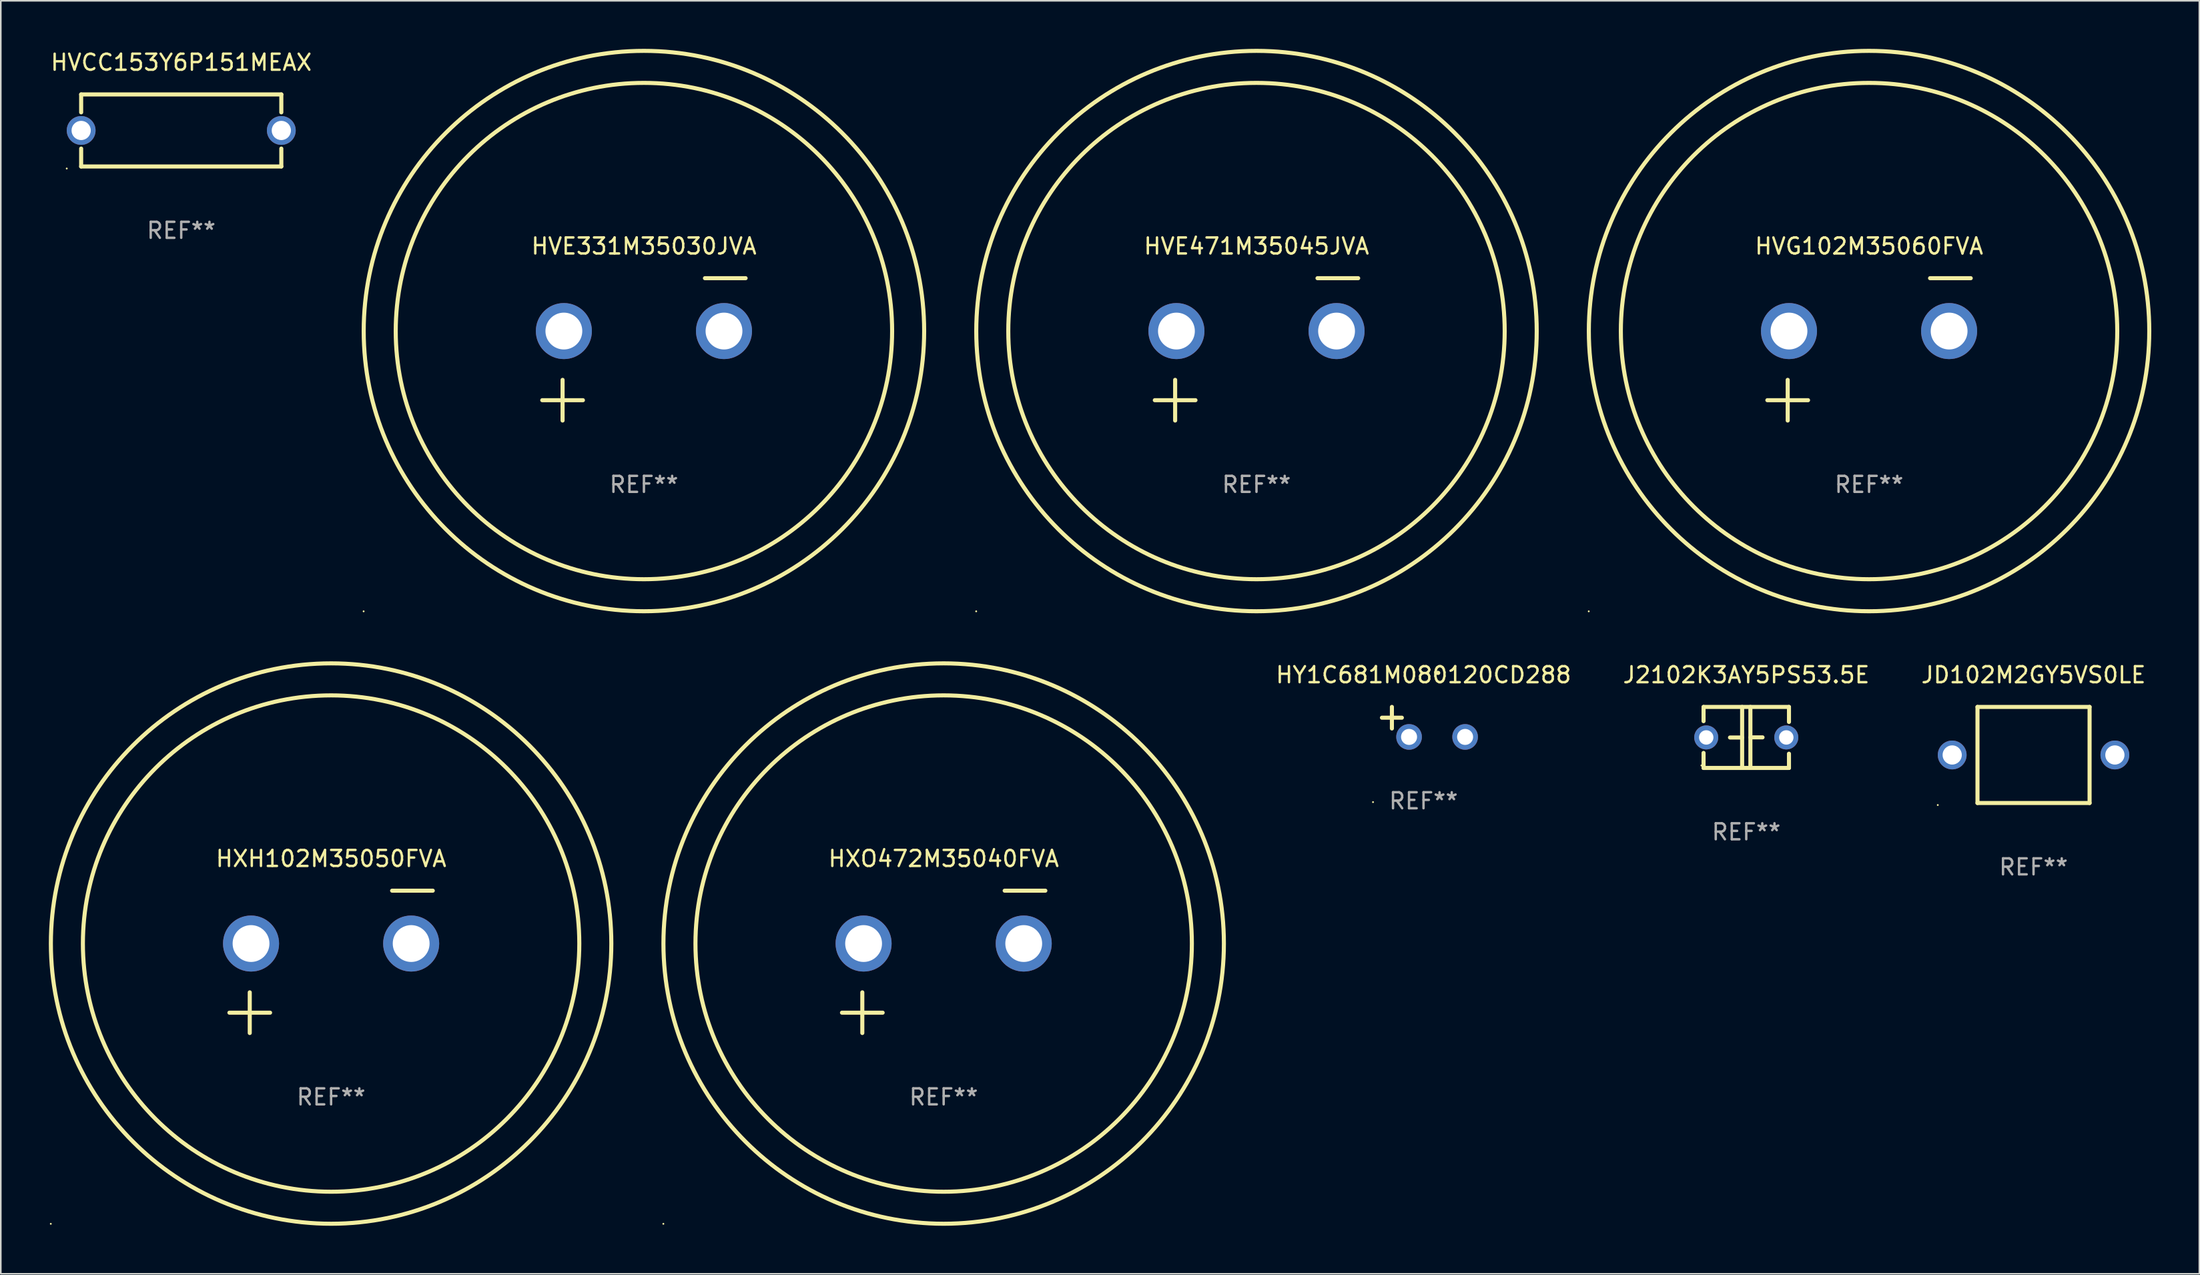
<source format=kicad_pcb>
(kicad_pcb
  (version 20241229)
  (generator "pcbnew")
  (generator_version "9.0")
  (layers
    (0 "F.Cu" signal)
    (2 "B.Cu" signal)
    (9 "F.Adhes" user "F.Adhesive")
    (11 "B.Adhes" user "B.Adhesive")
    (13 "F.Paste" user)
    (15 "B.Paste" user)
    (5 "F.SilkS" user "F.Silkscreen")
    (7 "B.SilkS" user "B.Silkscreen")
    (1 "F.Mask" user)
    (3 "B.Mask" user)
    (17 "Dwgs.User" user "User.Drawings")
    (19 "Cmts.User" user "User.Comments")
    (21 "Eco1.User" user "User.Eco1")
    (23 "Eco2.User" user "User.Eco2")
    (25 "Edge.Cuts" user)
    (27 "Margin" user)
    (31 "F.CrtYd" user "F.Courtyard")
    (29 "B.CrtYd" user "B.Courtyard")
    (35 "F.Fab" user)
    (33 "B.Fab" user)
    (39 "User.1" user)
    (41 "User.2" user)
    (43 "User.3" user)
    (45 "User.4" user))
  (footprint "HVG102M35060FVA"
    (layer "F.Cu")
    (at 113.671 18.77)
    (property "Reference" "HVG102M35060FVA" (at 0 -6.445 0) (layer "F.SilkS") (effects (font (size 1 1) (thickness 0.15))))
    (attr through_hole)
    (fp_line (start -6.35 3.175) (end -3.81 3.175) (stroke (width 0.254) (type solid)) (layer "F.SilkS"))
    (fp_line (start -5.08 1.905) (end -5.08 4.445) (stroke (width 0.254) (type solid)) (layer "F.SilkS"))
    (fp_line (start 3.81 -4.445) (end 6.35 -4.445) (stroke (width 0.254) (type solid)) (layer "F.SilkS"))
    (fp_circle (center -17.505 16.362) (end -17.475 16.362) (stroke (width 0.06) (type solid)) (fill no) (layer "F.SilkS"))
    (fp_circle (center 0 -1.143) (end 15.5 -1.143) (stroke (width 0.254) (type solid)) (fill no) (layer "F.SilkS"))
    (fp_circle (center 0 -1.143) (end 17.5 -1.143) (stroke (width 0.254) (type solid)) (fill no) (layer "F.SilkS"))
    (fp_text user "REF**" (at 0 8.445 0) (layer "F.Fab") (effects (font (size 1 1) (thickness 0.15))))
    (pad "1" thru_hole circle (at -5 -1.143) (size 3.5 3.5) (drill 2.3) (layers "*.Cu" "*.Mask"))
    (pad "2" thru_hole circle (at 5 -1.143) (size 3.5 3.5) (drill 2.3) (layers "*.Cu" "*.Mask")))
  (footprint "HVCC153Y6P151MEAX"
    (layer "F.Cu")
    (at 8.268 5.098)
    (property "Reference" "HVCC153Y6P151MEAX" (at 0 -4.25 0) (layer "F.SilkS") (effects (font (size 1 1) (thickness 0.15))))
    (attr through_hole)
    (fp_line (start -6.25 -2.25) (end -6.25 -1.131) (stroke (width 0.254) (type solid)) (layer "F.SilkS"))
    (fp_line (start -6.25 -2.25) (end 6.25 -2.25) (stroke (width 0.254) (type solid)) (layer "F.SilkS"))
    (fp_line (start -6.25 1.131) (end -6.25 2.25) (stroke (width 0.254) (type solid)) (layer "F.SilkS"))
    (fp_line (start 6.25 -2.25) (end 6.25 -1.131) (stroke (width 0.254) (type solid)) (layer "F.SilkS"))
    (fp_line (start 6.25 1.131) (end 6.25 2.25) (stroke (width 0.254) (type solid)) (layer "F.SilkS"))
    (fp_line (start 6.25 2.25) (end -6.25 2.25) (stroke (width 0.254) (type solid)) (layer "F.SilkS"))
    (fp_circle (center -7.15 2.377) (end -7.12 2.377) (stroke (width 0.06) (type solid)) (fill no) (layer "F.SilkS"))
    (fp_text user "REF**" (at 0 6.25 0) (layer "F.Fab") (effects (font (size 1 1) (thickness 0.15))))
    (pad "1" thru_hole circle (at -6.25 0) (size 1.8 1.8) (drill 1.2) (layers "*.Cu" "*.Mask"))
    (pad "2" thru_hole circle (at 6.25 0) (size 1.8 1.8) (drill 1.2) (layers "*.Cu" "*.Mask")))
  (footprint "HXH102M35050FVA"
    (layer "F.Cu")
    (at 17.627 57.024)
    (property "Reference" "HXH102M35050FVA" (at 0 -6.445 0) (layer "F.SilkS") (effects (font (size 1 1) (thickness 0.15))))
    (attr through_hole)
    (fp_line (start -6.35 3.175) (end -3.81 3.175) (stroke (width 0.254) (type solid)) (layer "F.SilkS"))
    (fp_line (start -5.08 1.905) (end -5.08 4.445) (stroke (width 0.254) (type solid)) (layer "F.SilkS"))
    (fp_line (start 3.81 -4.445) (end 6.35 -4.445) (stroke (width 0.254) (type solid)) (layer "F.SilkS"))
    (fp_circle (center -17.505 16.362) (end -17.475 16.362) (stroke (width 0.06) (type solid)) (fill no) (layer "F.SilkS"))
    (fp_circle (center 0 -1.143) (end 15.5 -1.143) (stroke (width 0.254) (type solid)) (fill no) (layer "F.SilkS"))
    (fp_circle (center 0 -1.143) (end 17.5 -1.143) (stroke (width 0.254) (type solid)) (fill no) (layer "F.SilkS"))
    (fp_text user "REF**" (at 0 8.445 0) (layer "F.Fab") (effects (font (size 1 1) (thickness 0.15))))
    (pad "1" thru_hole circle (at -5 -1.143) (size 3.5 3.5) (drill 2.3) (layers "*.Cu" "*.Mask"))
    (pad "2" thru_hole circle (at 5 -1.143) (size 3.5 3.5) (drill 2.3) (layers "*.Cu" "*.Mask")))
  (footprint "HVE471M35045JVA"
    (layer "F.Cu")
    (at 75.417 18.77)
    (property "Reference" "HVE471M35045JVA" (at 0 -6.445 0) (layer "F.SilkS") (effects (font (size 1 1) (thickness 0.15))))
    (attr through_hole)
    (fp_line (start -6.35 3.175) (end -3.81 3.175) (stroke (width 0.254) (type solid)) (layer "F.SilkS"))
    (fp_line (start -5.08 1.905) (end -5.08 4.445) (stroke (width 0.254) (type solid)) (layer "F.SilkS"))
    (fp_line (start 3.81 -4.445) (end 6.35 -4.445) (stroke (width 0.254) (type solid)) (layer "F.SilkS"))
    (fp_circle (center -17.505 16.362) (end -17.475 16.362) (stroke (width 0.06) (type solid)) (fill no) (layer "F.SilkS"))
    (fp_circle (center 0 -1.143) (end 15.5 -1.143) (stroke (width 0.254) (type solid)) (fill no) (layer "F.SilkS"))
    (fp_circle (center 0 -1.143) (end 17.5 -1.143) (stroke (width 0.254) (type solid)) (fill no) (layer "F.SilkS"))
    (fp_text user "REF**" (at 0 8.445 0) (layer "F.Fab") (effects (font (size 1 1) (thickness 0.15))))
    (pad "1" thru_hole circle (at -5 -1.143) (size 3.5 3.5) (drill 2.3) (layers "*.Cu" "*.Mask"))
    (pad "2" thru_hole circle (at 5 -1.143) (size 3.5 3.5) (drill 2.3) (layers "*.Cu" "*.Mask")))
  (footprint "J2102K3AY5PS53.5E"
    (layer "F.Cu")
    (at 106.003 43.008)
    (property "Reference" "J2102K3AY5PS53.5E" (at 0 -3.905 0) (layer "F.SilkS") (effects (font (size 1 1) (thickness 0.15))))
    (attr through_hole)
    (fp_line (start -2.667 -1.905) (end -2.667 -1.016) (stroke (width 0.254) (type solid)) (layer "F.SilkS"))
    (fp_line (start -2.667 0.967) (end -2.667 1.905) (stroke (width 0.254) (type solid)) (layer "F.SilkS"))
    (fp_line (start -2.667 1.905) (end 2.667 1.905) (stroke (width 0.254) (type solid)) (layer "F.SilkS"))
    (fp_line (start -0.258 0.005) (end -1.016 0.005) (stroke (width 0.254) (type solid)) (layer "F.SilkS"))
    (fp_line (start -0.258 1.905) (end -0.258 -1.905) (stroke (width 0.254) (type solid)) (layer "F.SilkS"))
    (fp_line (start 0.258 -1.905) (end 0.258 1.905) (stroke (width 0.254) (type solid)) (layer "F.SilkS"))
    (fp_line (start 0.258 -0.005) (end 1.016 -0.005) (stroke (width 0.254) (type solid)) (layer "F.SilkS"))
    (fp_line (start 2.667 -1.905) (end -2.667 -1.905) (stroke (width 0.254) (type solid)) (layer "F.SilkS"))
    (fp_line (start 2.667 -0.967) (end 2.667 -1.905) (stroke (width 0.254) (type solid)) (layer "F.SilkS"))
    (fp_line (start 2.667 1.905) (end 2.667 1.016) (stroke (width 0.254) (type solid)) (layer "F.SilkS"))
    (fp_circle (center -2.8 1.75) (end -2.77 1.75) (stroke (width 0.06) (type solid)) (fill no) (layer "F.SilkS"))
    (fp_text user "REF**" (at 0 5.905 0) (layer "F.Fab") (effects (font (size 1 1) (thickness 0.15))))
    (pad "1" thru_hole circle (at -2.5 0) (size 1.5 1.5) (drill 0.9) (layers "*.Cu" "*.Mask"))
    (pad "2" thru_hole circle (at 2.5 0) (size 1.5 1.5) (drill 0.9) (layers "*.Cu" "*.Mask")))
  (footprint "JD102M2GY5VS0LE"
    (layer "F.Cu")
    (at 123.943 44.103)
    (property "Reference" "JD102M2GY5VS0LE" (at 0 -5 0) (layer "F.SilkS") (effects (font (size 1 1) (thickness 0.15))))
    (attr through_hole)
    (fp_line (start -3.5 -3) (end 3.5 -3) (stroke (width 0.254) (type solid)) (layer "F.SilkS"))
    (fp_line (start -3.5 3) (end -3.5 -3) (stroke (width 0.254) (type solid)) (layer "F.SilkS"))
    (fp_line (start 3.5 -3) (end 3.5 3) (stroke (width 0.254) (type solid)) (layer "F.SilkS"))
    (fp_line (start 3.5 3) (end -3.5 3) (stroke (width 0.254) (type solid)) (layer "F.SilkS"))
    (fp_circle (center -5.98 3.127) (end -5.95 3.127) (stroke (width 0.06) (type solid)) (fill no) (layer "F.SilkS"))
    (fp_text user "REF**" (at 0 7 0) (layer "F.Fab") (effects (font (size 1 1) (thickness 0.15))))
    (pad "1" thru_hole circle (at -5.08 0) (size 1.8 1.8) (drill 1.2) (layers "*.Cu" "*.Mask"))
    (pad "2" thru_hole circle (at 5.08 0) (size 1.8 1.8) (drill 1.2) (layers "*.Cu" "*.Mask")))
  (footprint "HVE331M35030JVA"
    (layer "F.Cu")
    (at 37.163 18.77)
    (property "Reference" "HVE331M35030JVA" (at 0 -6.445 0) (layer "F.SilkS") (effects (font (size 1 1) (thickness 0.15))))
    (attr through_hole)
    (fp_line (start -6.35 3.175) (end -3.81 3.175) (stroke (width 0.254) (type solid)) (layer "F.SilkS"))
    (fp_line (start -5.08 1.905) (end -5.08 4.445) (stroke (width 0.254) (type solid)) (layer "F.SilkS"))
    (fp_line (start 3.81 -4.445) (end 6.35 -4.445) (stroke (width 0.254) (type solid)) (layer "F.SilkS"))
    (fp_circle (center -17.505 16.362) (end -17.475 16.362) (stroke (width 0.06) (type solid)) (fill no) (layer "F.SilkS"))
    (fp_circle (center 0 -1.143) (end 15.5 -1.143) (stroke (width 0.254) (type solid)) (fill no) (layer "F.SilkS"))
    (fp_circle (center 0 -1.143) (end 17.5 -1.143) (stroke (width 0.254) (type solid)) (fill no) (layer "F.SilkS"))
    (fp_text user "REF**" (at 0 8.445 0) (layer "F.Fab") (effects (font (size 1 1) (thickness 0.15))))
    (pad "1" thru_hole circle (at -5 -1.143) (size 3.5 3.5) (drill 2.3) (layers "*.Cu" "*.Mask"))
    (pad "2" thru_hole circle (at 5 -1.143) (size 3.5 3.5) (drill 2.3) (layers "*.Cu" "*.Mask")))
  (footprint "HXO472M35040FVA"
    (layer "F.Cu")
    (at 55.881 57.024)
    (property "Reference" "HXO472M35040FVA" (at 0 -6.445 0) (layer "F.SilkS") (effects (font (size 1 1) (thickness 0.15))))
    (attr through_hole)
    (fp_line (start -6.35 3.175) (end -3.81 3.175) (stroke (width 0.254) (type solid)) (layer "F.SilkS"))
    (fp_line (start -5.08 1.905) (end -5.08 4.445) (stroke (width 0.254) (type solid)) (layer "F.SilkS"))
    (fp_line (start 3.81 -4.445) (end 6.35 -4.445) (stroke (width 0.254) (type solid)) (layer "F.SilkS"))
    (fp_circle (center -17.505 16.362) (end -17.475 16.362) (stroke (width 0.06) (type solid)) (fill no) (layer "F.SilkS"))
    (fp_circle (center 0 -1.143) (end 15.5 -1.143) (stroke (width 0.254) (type solid)) (fill no) (layer "F.SilkS"))
    (fp_circle (center 0 -1.143) (end 17.5 -1.143) (stroke (width 0.254) (type solid)) (fill no) (layer "F.SilkS"))
    (fp_text user "REF**" (at 0 8.445 0) (layer "F.Fab") (effects (font (size 1 1) (thickness 0.15))))
    (pad "1" thru_hole circle (at -5 -1.143) (size 3.5 3.5) (drill 2.3) (layers "*.Cu" "*.Mask"))
    (pad "2" thru_hole circle (at 5 -1.143) (size 3.5 3.5) (drill 2.3) (layers "*.Cu" "*.Mask")))
  (footprint "HY1C681M080120CD288"
    (layer "F.Cu")
    (at 85.848 42.039)
    (property "Reference" "HY1C681M080120CD288" (at 0 -2.937 0) (layer "F.SilkS") (effects (font (size 1 1) (thickness 0.15))))
    (attr through_hole)
    (fp_line (start -1.975 0.41) (end -1.975 -0.937) (stroke (width 0.254) (type solid)) (layer "F.SilkS"))
    (fp_line (start -1.353 -0.263) (end -2.597 -0.263) (stroke (width 0.254) (type solid)) (layer "F.SilkS"))
    (fp_arc (start 0.849809 -3.063957) (mid 0.885369 -3.064114) (end 0.920929 -3.063957) (stroke (width 0.254001) (type solid)) (layer "F.SilkS"))
    (fp_circle (center -3.154 5.008) (end -3.124 5.008) (stroke (width 0.06) (type solid)) (fill no) (layer "F.SilkS"))
    (fp_text user "REF**" (at 0 4.937 0) (layer "F.Fab") (effects (font (size 1 1) (thickness 0.15))))
    (pad "1" thru_hole circle (at -0.903 0.937) (size 1.6 1.6) (drill 1) (layers "*.Cu" "*.Mask"))
    (pad "2" thru_hole circle (at 2.597 0.937) (size 1.6 1.6) (drill 1) (layers "*.Cu" "*.Mask")))
  (gr_rect
    (start -3 -3)
    (end 134.298 76.509)
    (stroke (width 0.1) (type default))
    (fill no)
    (layer "Edge.Cuts")))
</source>
